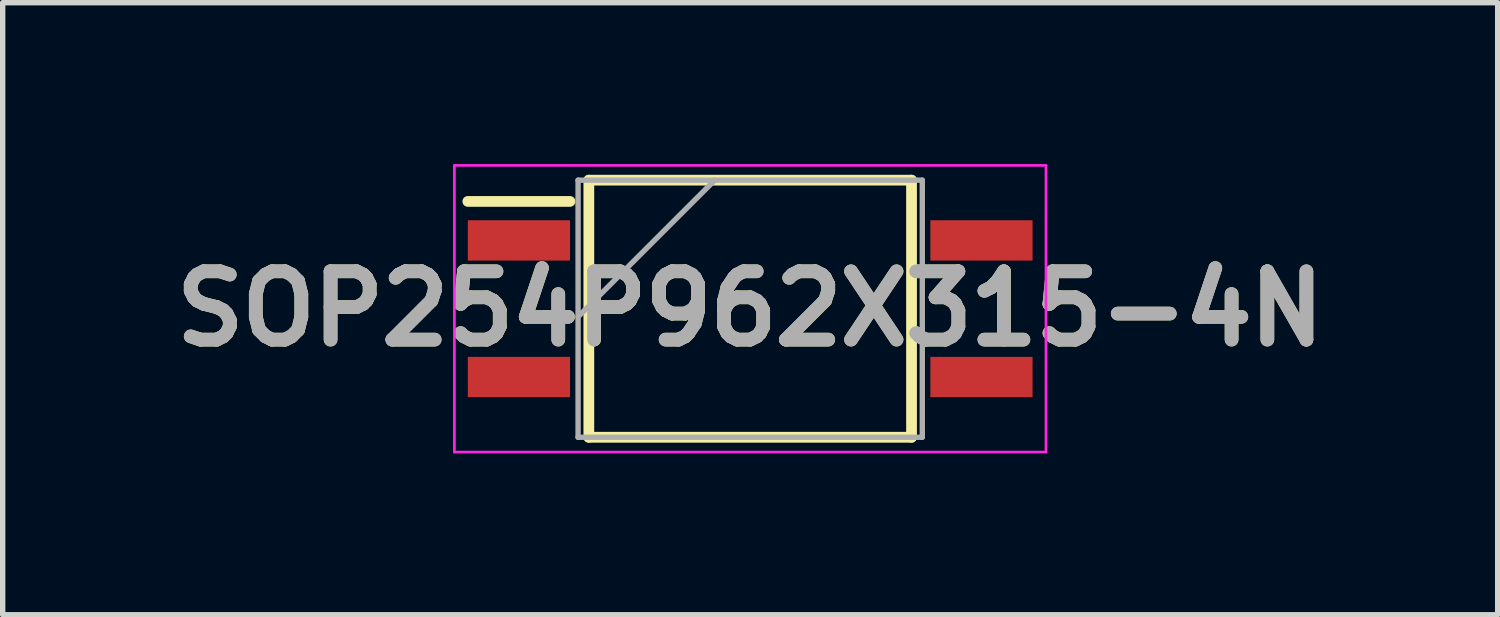
<source format=kicad_pcb>
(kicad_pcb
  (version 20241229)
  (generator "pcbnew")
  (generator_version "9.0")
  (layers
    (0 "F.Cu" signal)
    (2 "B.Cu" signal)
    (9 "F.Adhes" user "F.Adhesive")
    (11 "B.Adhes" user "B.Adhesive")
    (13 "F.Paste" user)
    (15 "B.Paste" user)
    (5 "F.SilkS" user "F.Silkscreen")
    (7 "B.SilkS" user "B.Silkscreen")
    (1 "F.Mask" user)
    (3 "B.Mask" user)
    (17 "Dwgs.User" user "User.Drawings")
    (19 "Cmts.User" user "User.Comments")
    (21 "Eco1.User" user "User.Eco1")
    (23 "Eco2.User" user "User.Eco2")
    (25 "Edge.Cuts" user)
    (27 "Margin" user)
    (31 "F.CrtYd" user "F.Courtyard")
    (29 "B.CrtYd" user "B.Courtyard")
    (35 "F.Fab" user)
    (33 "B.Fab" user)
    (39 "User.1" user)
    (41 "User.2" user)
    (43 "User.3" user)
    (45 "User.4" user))
  (footprint "SOP254P962X315-4N"
    (layer "F.Cu")
    (at 10.898 2.69)
    (property "Reference" "SOP254P962X315-4N" (at 0 0 0) (layer "F.SilkS") (effects (font (size 1.27 1.27) (thickness 0.254))))
    (attr smd)
    (fp_line (start -5.25 -1.995) (end -3.35 -1.995) (stroke (width 0.2) (type solid)) (layer "F.SilkS"))
    (fp_line (start -3 -2.39) (end 3 -2.39) (stroke (width 0.2) (type solid)) (layer "F.SilkS"))
    (fp_line (start -3 2.39) (end -3 -2.39) (stroke (width 0.2) (type solid)) (layer "F.SilkS"))
    (fp_line (start 3 -2.39) (end 3 2.39) (stroke (width 0.2) (type solid)) (layer "F.SilkS"))
    (fp_line (start 3 2.39) (end -3 2.39) (stroke (width 0.2) (type solid)) (layer "F.SilkS"))
    (fp_line (start -5.5 -2.665) (end 5.5 -2.665) (stroke (width 0.05) (type solid)) (layer "F.CrtYd"))
    (fp_line (start -5.5 2.665) (end -5.5 -2.665) (stroke (width 0.05) (type solid)) (layer "F.CrtYd"))
    (fp_line (start 5.5 -2.665) (end 5.5 2.665) (stroke (width 0.05) (type solid)) (layer "F.CrtYd"))
    (fp_line (start 5.5 2.665) (end -5.5 2.665) (stroke (width 0.05) (type solid)) (layer "F.CrtYd"))
    (fp_line (start -3.2 -2.39) (end 3.2 -2.39) (stroke (width 0.1) (type solid)) (layer "F.Fab"))
    (fp_line (start -3.2 0.15) (end -0.66 -2.39) (stroke (width 0.1) (type solid)) (layer "F.Fab"))
    (fp_line (start -3.2 2.39) (end -3.2 -2.39) (stroke (width 0.1) (type solid)) (layer "F.Fab"))
    (fp_line (start 3.2 -2.39) (end 3.2 2.39) (stroke (width 0.1) (type solid)) (layer "F.Fab"))
    (fp_line (start 3.2 2.39) (end -3.2 2.39) (stroke (width 0.1) (type solid)) (layer "F.Fab"))
    (fp_text user "${REFERENCE}" (at 0 0 0) (layer "F.Fab") (effects (font (size 1.27 1.27) (thickness 0.254))))
    (pad "1" smd rect (at -4.3 -1.27 90) (size 0.75 1.9) (layers "F.Cu" "F.Mask" "F.Paste"))
    (pad "2" smd rect (at -4.3 1.27 90) (size 0.75 1.9) (layers "F.Cu" "F.Mask" "F.Paste"))
    (pad "3" smd rect (at 4.3 1.27 90) (size 0.75 1.9) (layers "F.Cu" "F.Mask" "F.Paste"))
    (pad "4" smd rect (at 4.3 -1.27 90) (size 0.75 1.9) (layers "F.Cu" "F.Mask" "F.Paste")))
  (gr_rect
    (start -3 -3)
    (end 24.796 8.38)
    (stroke (width 0.1) (type default))
    (fill no)
    (layer "Edge.Cuts")))
</source>
